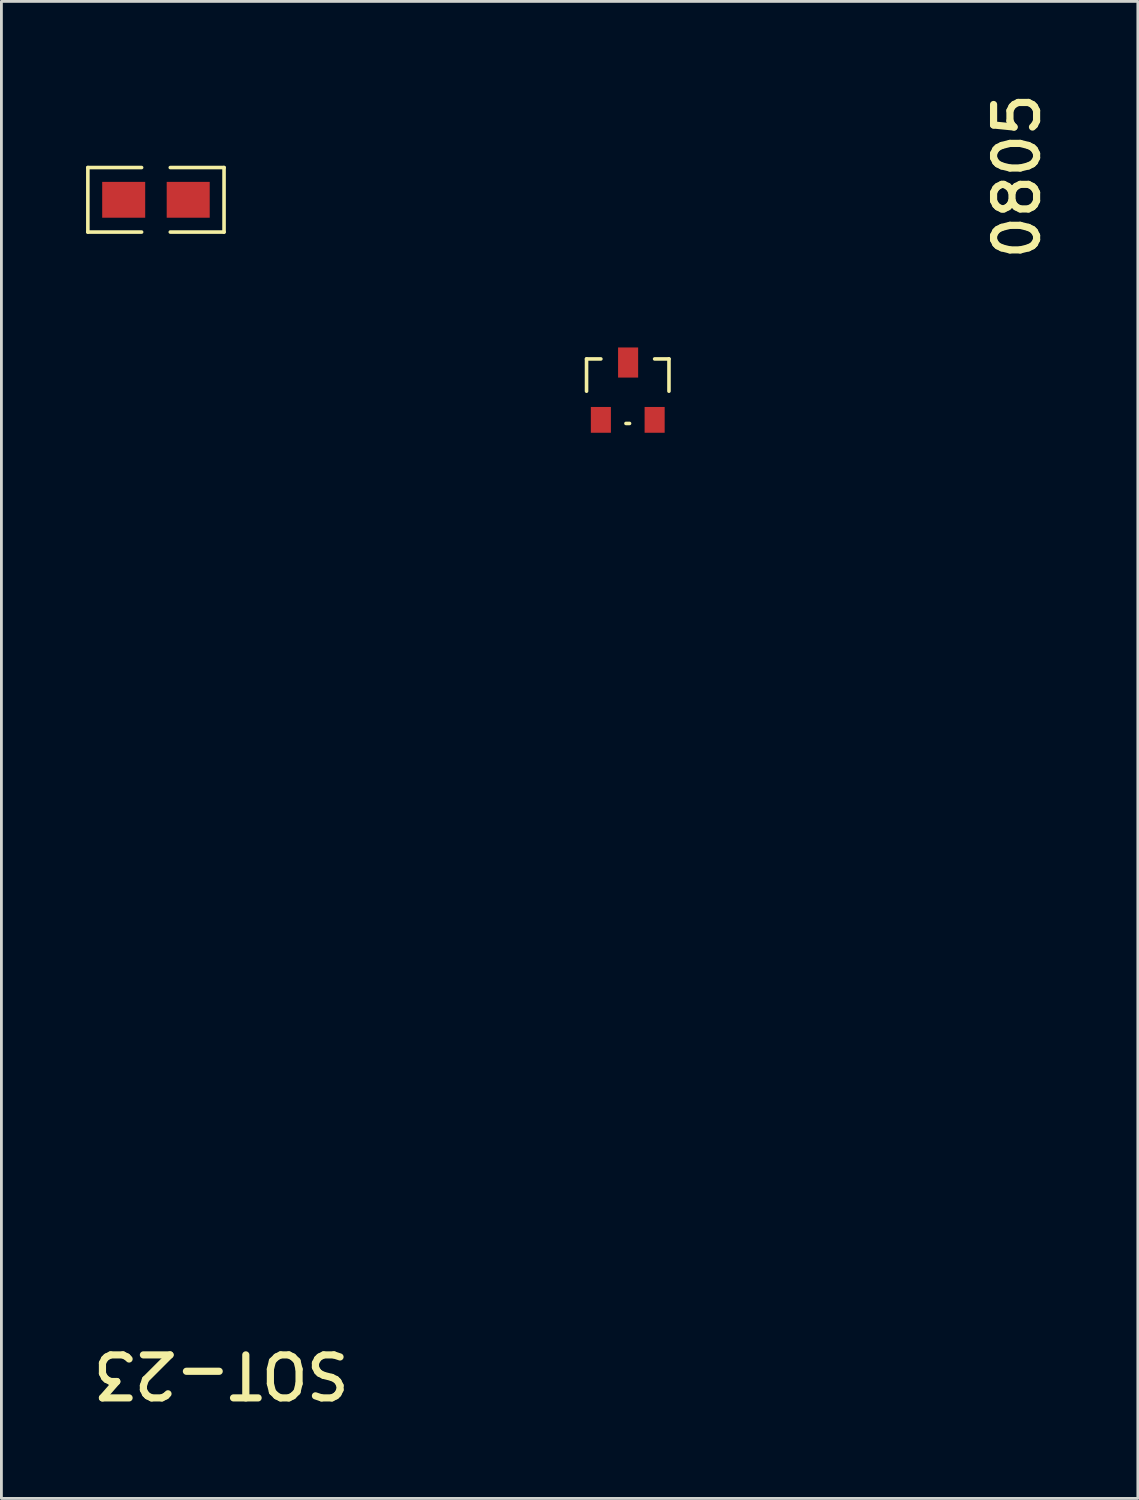
<source format=kicad_pcb>
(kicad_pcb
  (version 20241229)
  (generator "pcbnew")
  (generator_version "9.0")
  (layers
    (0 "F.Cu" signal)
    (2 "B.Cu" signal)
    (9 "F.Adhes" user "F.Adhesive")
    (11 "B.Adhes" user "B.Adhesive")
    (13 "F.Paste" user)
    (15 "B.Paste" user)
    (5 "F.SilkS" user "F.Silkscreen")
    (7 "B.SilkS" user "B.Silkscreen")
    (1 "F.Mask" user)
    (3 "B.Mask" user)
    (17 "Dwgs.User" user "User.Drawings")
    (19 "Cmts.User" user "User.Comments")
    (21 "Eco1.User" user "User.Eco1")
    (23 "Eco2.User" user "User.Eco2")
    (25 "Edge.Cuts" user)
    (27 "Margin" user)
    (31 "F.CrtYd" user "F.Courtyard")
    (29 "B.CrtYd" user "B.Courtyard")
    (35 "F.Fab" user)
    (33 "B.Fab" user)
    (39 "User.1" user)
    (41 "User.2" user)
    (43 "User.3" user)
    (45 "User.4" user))
  (footprint "0805"
    (layer "F.Cu")
    (at 1.333 4.03)
    (property "Reference" "0805" (at 32.548 2.233 90) (unlocked yes) (layer "F.SilkS") (effects (font (size 1.524 1.524) (thickness 0.254)) (justify left bottom)))
    (fp_line (start -1.27 1.143) (end -1.27 -1.143) (stroke (width 0.127) (type solid)) (layer "F.SilkS"))
    (fp_line (start 0.635 -1.143) (end -1.27 -1.143) (stroke (width 0.127) (type solid)) (layer "F.SilkS"))
    (fp_line (start 0.635 1.143) (end -1.27 1.143) (stroke (width 0.127) (type solid)) (layer "F.SilkS"))
    (fp_line (start 3.556 -1.143) (end 1.651 -1.143) (stroke (width 0.127) (type solid)) (layer "F.SilkS"))
    (fp_line (start 3.556 1.143) (end 1.651 1.143) (stroke (width 0.127) (type solid)) (layer "F.SilkS"))
    (fp_line (start 3.556 1.143) (end 3.556 -1.143) (stroke (width 0.127) (type solid)) (layer "F.SilkS"))
    (pad "L" smd rect (at 0 0 180) (size 1.524 1.27) (layers "F.Cu" "F.Mask" "F.Paste"))
    (pad "L" smd rect (at 2.286 0 180) (size 1.524 1.27) (layers "F.Cu" "F.Mask" "F.Paste")))
  (footprint "SOT-23"
    (layer "F.Cu")
    (at 18.242 11.828)
    (property "Reference" "SOT-23" (at -8.786 32.933 180) (unlocked yes) (layer "F.SilkS") (effects (font (size 1.524 1.524) (thickness 0.254)) (justify left bottom)))
    (fp_line (start -0.508 -2.159) (end -0.508 -1.016) (stroke (width 0.127) (type solid)) (layer "F.SilkS"))
    (fp_line (start -0.508 -2.159) (end 0 -2.159) (stroke (width 0.127) (type solid)) (layer "F.SilkS"))
    (fp_line (start 0.889 0.127) (end 1.016 0.127) (stroke (width 0.127) (type solid)) (layer "F.SilkS"))
    (fp_line (start 1.905 -2.159) (end 2.413 -2.159) (stroke (width 0.127) (type solid)) (layer "F.SilkS"))
    (fp_line (start 2.413 -2.159) (end 2.413 -1.016) (stroke (width 0.127) (type solid)) (layer "F.SilkS"))
    (pad "1" smd rect (at 0 0 180) (size 0.711 0.914) (layers "F.Cu" "F.Mask" "F.Paste"))
    (pad "2" smd rect (at 1.905 0 180) (size 0.711 0.914) (layers "F.Cu" "F.Mask" "F.Paste"))
    (pad "3" smd rect (at 0.965 -2.032 180) (size 0.711 1.067) (layers "F.Cu" "F.Mask" "F.Paste")))
  (gr_rect
    (start -3 -3)
    (end 37.27 50.047)
    (stroke (width 0.1) (type default))
    (fill no)
    (layer "Edge.Cuts")))
</source>
